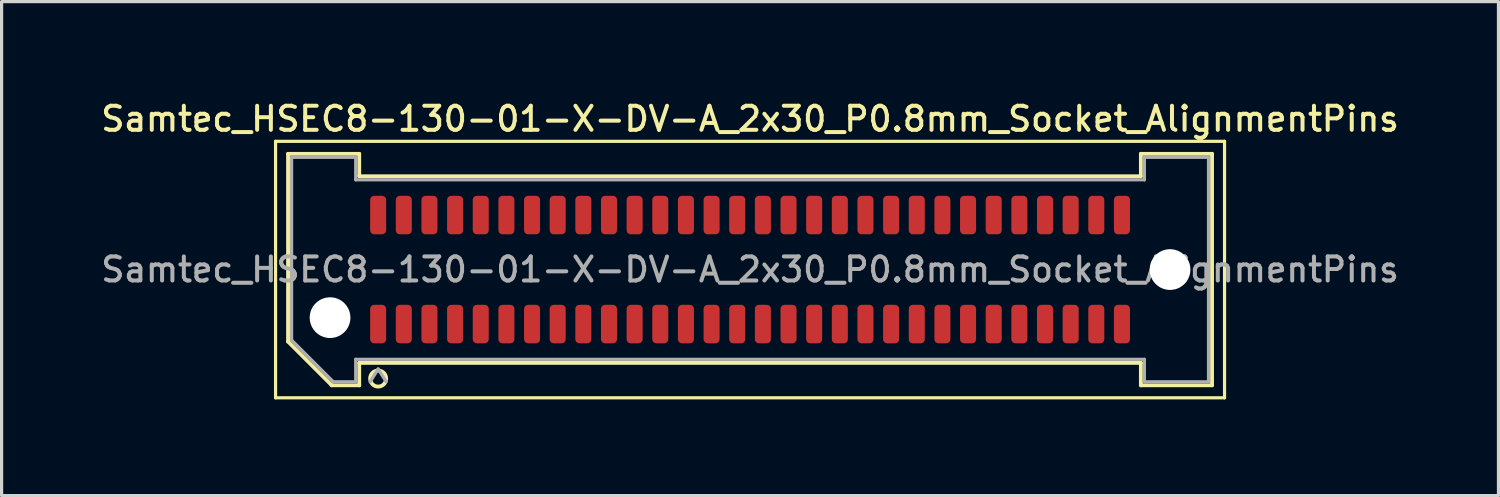
<source format=kicad_pcb>
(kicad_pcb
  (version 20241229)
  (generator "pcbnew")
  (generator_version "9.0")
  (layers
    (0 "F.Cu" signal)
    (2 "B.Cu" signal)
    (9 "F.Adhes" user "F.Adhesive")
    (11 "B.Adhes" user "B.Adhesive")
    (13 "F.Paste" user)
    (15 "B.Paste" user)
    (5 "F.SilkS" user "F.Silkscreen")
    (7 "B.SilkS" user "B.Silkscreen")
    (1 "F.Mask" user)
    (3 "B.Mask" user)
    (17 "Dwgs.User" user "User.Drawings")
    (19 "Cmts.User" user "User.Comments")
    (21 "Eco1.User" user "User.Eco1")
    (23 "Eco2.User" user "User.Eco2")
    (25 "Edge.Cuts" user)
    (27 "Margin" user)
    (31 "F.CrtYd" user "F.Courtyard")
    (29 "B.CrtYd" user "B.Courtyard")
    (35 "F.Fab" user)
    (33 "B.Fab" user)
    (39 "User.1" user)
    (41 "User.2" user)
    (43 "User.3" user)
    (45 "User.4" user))
  (footprint "Samtec_HSEC8-130-01-X-DV-A_2x30_P0.8mm_Socket_AlignmentPins"
    (layer "F.Cu")
    (at 20.345 5.358)
    (property "Reference" "Samtec_HSEC8-130-01-X-DV-A_2x30_P0.8mm_Socket_AlignmentPins" (at 0 -4.7 0) (layer "F.SilkS") (effects (font (size 0.75 0.75) (thickness 0.125))))
    (attr smd)
    (fp_line (start -14.8 -4) (end -14.8 4) (stroke (width 0.1) (type solid)) (layer "F.SilkS"))
    (fp_line (start -14.8 4) (end 14.8 4) (stroke (width 0.1) (type solid)) (layer "F.SilkS"))
    (fp_line (start -14.41 -3.61) (end -12.19 -3.61) (stroke (width 0.12) (type solid)) (layer "F.SilkS"))
    (fp_line (start -14.41 2.246) (end -14.41 -3.61) (stroke (width 0.12) (type solid)) (layer "F.SilkS"))
    (fp_line (start -13.046 3.61) (end -14.41 2.246) (stroke (width 0.12) (type solid)) (layer "F.SilkS"))
    (fp_line (start -12.19 -3.61) (end -12.19 -2.91) (stroke (width 0.12) (type solid)) (layer "F.SilkS"))
    (fp_line (start -12.19 -2.91) (end 12.19 -2.91) (stroke (width 0.12) (type solid)) (layer "F.SilkS"))
    (fp_line (start -12.19 2.91) (end -12.19 3.61) (stroke (width 0.12) (type solid)) (layer "F.SilkS"))
    (fp_line (start -12.19 3.61) (end -13.046 3.61) (stroke (width 0.12) (type solid)) (layer "F.SilkS"))
    (fp_line (start 12.19 -3.61) (end 14.41 -3.61) (stroke (width 0.12) (type solid)) (layer "F.SilkS"))
    (fp_line (start 12.19 -2.91) (end 12.19 -3.61) (stroke (width 0.12) (type solid)) (layer "F.SilkS"))
    (fp_line (start 12.19 2.91) (end -12.19 2.91) (stroke (width 0.12) (type solid)) (layer "F.SilkS"))
    (fp_line (start 12.19 3.61) (end 12.19 2.91) (stroke (width 0.12) (type solid)) (layer "F.SilkS"))
    (fp_line (start 14.41 -3.61) (end 14.41 3.61) (stroke (width 0.12) (type solid)) (layer "F.SilkS"))
    (fp_line (start 14.41 3.61) (end 12.19 3.61) (stroke (width 0.12) (type solid)) (layer "F.SilkS"))
    (fp_line (start 14.8 -4) (end -14.8 -4) (stroke (width 0.1) (type solid)) (layer "F.SilkS"))
    (fp_line (start 14.8 4) (end 14.8 -4) (stroke (width 0.1) (type solid)) (layer "F.SilkS"))
    (fp_arc (start -11.35 3.4) (mid -11.85 3.4) (end -11.35 3.4) (stroke (width 0.12) (type solid)) (layer "F.SilkS"))
    (fp_line (start -14.3 -3.5) (end -12.3 -3.5) (stroke (width 0.1) (type solid)) (layer "F.Fab"))
    (fp_line (start -14.3 2.2) (end -14.3 -3.5) (stroke (width 0.1) (type solid)) (layer "F.Fab"))
    (fp_line (start -13 3.5) (end -14.3 2.2) (stroke (width 0.1) (type solid)) (layer "F.Fab"))
    (fp_line (start -12.3 -3.5) (end -12.3 -2.8) (stroke (width 0.1) (type solid)) (layer "F.Fab"))
    (fp_line (start -12.3 -2.8) (end 12.3 -2.8) (stroke (width 0.1) (type solid)) (layer "F.Fab"))
    (fp_line (start -12.3 2.8) (end -12.3 3.5) (stroke (width 0.1) (type solid)) (layer "F.Fab"))
    (fp_line (start -12.3 3.5) (end -13 3.5) (stroke (width 0.1) (type solid)) (layer "F.Fab"))
    (fp_line (start -11.6 3.1) (end -11.85 3.5) (stroke (width 0.1) (type solid)) (layer "F.Fab"))
    (fp_line (start -11.6 3.1) (end -11.35 3.5) (stroke (width 0.1) (type solid)) (layer "F.Fab"))
    (fp_line (start 12.3 -3.5) (end 14.3 -3.5) (stroke (width 0.1) (type solid)) (layer "F.Fab"))
    (fp_line (start 12.3 -2.8) (end 12.3 -3.5) (stroke (width 0.1) (type solid)) (layer "F.Fab"))
    (fp_line (start 12.3 2.8) (end -12.3 2.8) (stroke (width 0.1) (type solid)) (layer "F.Fab"))
    (fp_line (start 12.3 3.5) (end 12.3 2.8) (stroke (width 0.1) (type solid)) (layer "F.Fab"))
    (fp_line (start 14.3 -3.5) (end 14.3 3.5) (stroke (width 0.1) (type solid)) (layer "F.Fab"))
    (fp_line (start 14.3 3.5) (end 12.3 3.5) (stroke (width 0.1) (type solid)) (layer "F.Fab"))
    (fp_text user "${REFERENCE}" (at 0 0 0) (layer "F.Fab") (effects (font (size 0.75 0.75) (thickness 0.125))))
    (pad "" np_thru_hole circle (at -13.1 1.5) (size 1.27 1.27) (drill 1.27) (layers "*.Cu" "*.Mask"))
    (pad "" np_thru_hole circle (at 13.1 0) (size 1.27 1.27) (drill 1.27) (layers "*.Cu" "*.Mask"))
    (pad "1" smd roundrect (at -11.6 1.7) (size 0.5 1.2) (layers "F.Cu" "F.Mask" "F.Paste") (roundrect_rratio 0.25))
    (pad "2" smd roundrect (at -11.6 -1.7) (size 0.5 1.2) (layers "F.Cu" "F.Mask" "F.Paste") (roundrect_rratio 0.25))
    (pad "3" smd roundrect (at -10.8 1.7) (size 0.5 1.2) (layers "F.Cu" "F.Mask" "F.Paste") (roundrect_rratio 0.25))
    (pad "4" smd roundrect (at -10.8 -1.7) (size 0.5 1.2) (layers "F.Cu" "F.Mask" "F.Paste") (roundrect_rratio 0.25))
    (pad "5" smd roundrect (at -10 1.7) (size 0.5 1.2) (layers "F.Cu" "F.Mask" "F.Paste") (roundrect_rratio 0.25))
    (pad "6" smd roundrect (at -10 -1.7) (size 0.5 1.2) (layers "F.Cu" "F.Mask" "F.Paste") (roundrect_rratio 0.25))
    (pad "7" smd roundrect (at -9.2 1.7) (size 0.5 1.2) (layers "F.Cu" "F.Mask" "F.Paste") (roundrect_rratio 0.25))
    (pad "8" smd roundrect (at -9.2 -1.7) (size 0.5 1.2) (layers "F.Cu" "F.Mask" "F.Paste") (roundrect_rratio 0.25))
    (pad "9" smd roundrect (at -8.4 1.7) (size 0.5 1.2) (layers "F.Cu" "F.Mask" "F.Paste") (roundrect_rratio 0.25))
    (pad "10" smd roundrect (at -8.4 -1.7) (size 0.5 1.2) (layers "F.Cu" "F.Mask" "F.Paste") (roundrect_rratio 0.25))
    (pad "11" smd roundrect (at -7.6 1.7) (size 0.5 1.2) (layers "F.Cu" "F.Mask" "F.Paste") (roundrect_rratio 0.25))
    (pad "12" smd roundrect (at -7.6 -1.7) (size 0.5 1.2) (layers "F.Cu" "F.Mask" "F.Paste") (roundrect_rratio 0.25))
    (pad "13" smd roundrect (at -6.8 1.7) (size 0.5 1.2) (layers "F.Cu" "F.Mask" "F.Paste") (roundrect_rratio 0.25))
    (pad "14" smd roundrect (at -6.8 -1.7) (size 0.5 1.2) (layers "F.Cu" "F.Mask" "F.Paste") (roundrect_rratio 0.25))
    (pad "15" smd roundrect (at -6 1.7) (size 0.5 1.2) (layers "F.Cu" "F.Mask" "F.Paste") (roundrect_rratio 0.25))
    (pad "16" smd roundrect (at -6 -1.7) (size 0.5 1.2) (layers "F.Cu" "F.Mask" "F.Paste") (roundrect_rratio 0.25))
    (pad "17" smd roundrect (at -5.2 1.7) (size 0.5 1.2) (layers "F.Cu" "F.Mask" "F.Paste") (roundrect_rratio 0.25))
    (pad "18" smd roundrect (at -5.2 -1.7) (size 0.5 1.2) (layers "F.Cu" "F.Mask" "F.Paste") (roundrect_rratio 0.25))
    (pad "19" smd roundrect (at -4.4 1.7) (size 0.5 1.2) (layers "F.Cu" "F.Mask" "F.Paste") (roundrect_rratio 0.25))
    (pad "20" smd roundrect (at -4.4 -1.7) (size 0.5 1.2) (layers "F.Cu" "F.Mask" "F.Paste") (roundrect_rratio 0.25))
    (pad "21" smd roundrect (at -3.6 1.7) (size 0.5 1.2) (layers "F.Cu" "F.Mask" "F.Paste") (roundrect_rratio 0.25))
    (pad "22" smd roundrect (at -3.6 -1.7) (size 0.5 1.2) (layers "F.Cu" "F.Mask" "F.Paste") (roundrect_rratio 0.25))
    (pad "23" smd roundrect (at -2.8 1.7) (size 0.5 1.2) (layers "F.Cu" "F.Mask" "F.Paste") (roundrect_rratio 0.25))
    (pad "24" smd roundrect (at -2.8 -1.7) (size 0.5 1.2) (layers "F.Cu" "F.Mask" "F.Paste") (roundrect_rratio 0.25))
    (pad "25" smd roundrect (at -2 1.7) (size 0.5 1.2) (layers "F.Cu" "F.Mask" "F.Paste") (roundrect_rratio 0.25))
    (pad "26" smd roundrect (at -2 -1.7) (size 0.5 1.2) (layers "F.Cu" "F.Mask" "F.Paste") (roundrect_rratio 0.25))
    (pad "27" smd roundrect (at -1.2 1.7) (size 0.5 1.2) (layers "F.Cu" "F.Mask" "F.Paste") (roundrect_rratio 0.25))
    (pad "28" smd roundrect (at -1.2 -1.7) (size 0.5 1.2) (layers "F.Cu" "F.Mask" "F.Paste") (roundrect_rratio 0.25))
    (pad "29" smd roundrect (at -0.4 1.7) (size 0.5 1.2) (layers "F.Cu" "F.Mask" "F.Paste") (roundrect_rratio 0.25))
    (pad "30" smd roundrect (at -0.4 -1.7) (size 0.5 1.2) (layers "F.Cu" "F.Mask" "F.Paste") (roundrect_rratio 0.25))
    (pad "31" smd roundrect (at 0.4 1.7) (size 0.5 1.2) (layers "F.Cu" "F.Mask" "F.Paste") (roundrect_rratio 0.25))
    (pad "32" smd roundrect (at 0.4 -1.7) (size 0.5 1.2) (layers "F.Cu" "F.Mask" "F.Paste") (roundrect_rratio 0.25))
    (pad "33" smd roundrect (at 1.2 1.7) (size 0.5 1.2) (layers "F.Cu" "F.Mask" "F.Paste") (roundrect_rratio 0.25))
    (pad "34" smd roundrect (at 1.2 -1.7) (size 0.5 1.2) (layers "F.Cu" "F.Mask" "F.Paste") (roundrect_rratio 0.25))
    (pad "35" smd roundrect (at 2 1.7) (size 0.5 1.2) (layers "F.Cu" "F.Mask" "F.Paste") (roundrect_rratio 0.25))
    (pad "36" smd roundrect (at 2 -1.7) (size 0.5 1.2) (layers "F.Cu" "F.Mask" "F.Paste") (roundrect_rratio 0.25))
    (pad "37" smd roundrect (at 2.8 1.7) (size 0.5 1.2) (layers "F.Cu" "F.Mask" "F.Paste") (roundrect_rratio 0.25))
    (pad "38" smd roundrect (at 2.8 -1.7) (size 0.5 1.2) (layers "F.Cu" "F.Mask" "F.Paste") (roundrect_rratio 0.25))
    (pad "39" smd roundrect (at 3.6 1.7) (size 0.5 1.2) (layers "F.Cu" "F.Mask" "F.Paste") (roundrect_rratio 0.25))
    (pad "40" smd roundrect (at 3.6 -1.7) (size 0.5 1.2) (layers "F.Cu" "F.Mask" "F.Paste") (roundrect_rratio 0.25))
    (pad "41" smd roundrect (at 4.4 1.7) (size 0.5 1.2) (layers "F.Cu" "F.Mask" "F.Paste") (roundrect_rratio 0.25))
    (pad "42" smd roundrect (at 4.4 -1.7) (size 0.5 1.2) (layers "F.Cu" "F.Mask" "F.Paste") (roundrect_rratio 0.25))
    (pad "43" smd roundrect (at 5.2 1.7) (size 0.5 1.2) (layers "F.Cu" "F.Mask" "F.Paste") (roundrect_rratio 0.25))
    (pad "44" smd roundrect (at 5.2 -1.7) (size 0.5 1.2) (layers "F.Cu" "F.Mask" "F.Paste") (roundrect_rratio 0.25))
    (pad "45" smd roundrect (at 6 1.7) (size 0.5 1.2) (layers "F.Cu" "F.Mask" "F.Paste") (roundrect_rratio 0.25))
    (pad "46" smd roundrect (at 6 -1.7) (size 0.5 1.2) (layers "F.Cu" "F.Mask" "F.Paste") (roundrect_rratio 0.25))
    (pad "47" smd roundrect (at 6.8 1.7) (size 0.5 1.2) (layers "F.Cu" "F.Mask" "F.Paste") (roundrect_rratio 0.25))
    (pad "48" smd roundrect (at 6.8 -1.7) (size 0.5 1.2) (layers "F.Cu" "F.Mask" "F.Paste") (roundrect_rratio 0.25))
    (pad "49" smd roundrect (at 7.6 1.7) (size 0.5 1.2) (layers "F.Cu" "F.Mask" "F.Paste") (roundrect_rratio 0.25))
    (pad "50" smd roundrect (at 7.6 -1.7) (size 0.5 1.2) (layers "F.Cu" "F.Mask" "F.Paste") (roundrect_rratio 0.25))
    (pad "51" smd roundrect (at 8.4 1.7) (size 0.5 1.2) (layers "F.Cu" "F.Mask" "F.Paste") (roundrect_rratio 0.25))
    (pad "52" smd roundrect (at 8.4 -1.7) (size 0.5 1.2) (layers "F.Cu" "F.Mask" "F.Paste") (roundrect_rratio 0.25))
    (pad "53" smd roundrect (at 9.2 1.7) (size 0.5 1.2) (layers "F.Cu" "F.Mask" "F.Paste") (roundrect_rratio 0.25))
    (pad "54" smd roundrect (at 9.2 -1.7) (size 0.5 1.2) (layers "F.Cu" "F.Mask" "F.Paste") (roundrect_rratio 0.25))
    (pad "55" smd roundrect (at 10 1.7) (size 0.5 1.2) (layers "F.Cu" "F.Mask" "F.Paste") (roundrect_rratio 0.25))
    (pad "56" smd roundrect (at 10 -1.7) (size 0.5 1.2) (layers "F.Cu" "F.Mask" "F.Paste") (roundrect_rratio 0.25))
    (pad "57" smd roundrect (at 10.8 1.7) (size 0.5 1.2) (layers "F.Cu" "F.Mask" "F.Paste") (roundrect_rratio 0.25))
    (pad "58" smd roundrect (at 10.8 -1.7) (size 0.5 1.2) (layers "F.Cu" "F.Mask" "F.Paste") (roundrect_rratio 0.25))
    (pad "59" smd roundrect (at 11.6 1.7) (size 0.5 1.2) (layers "F.Cu" "F.Mask" "F.Paste") (roundrect_rratio 0.25))
    (pad "60" smd roundrect (at 11.6 -1.7) (size 0.5 1.2) (layers "F.Cu" "F.Mask" "F.Paste") (roundrect_rratio 0.25)))
  (gr_rect
    (start -3 -3)
    (end 43.689 12.408)
    (stroke (width 0.1) (type default))
    (fill no)
    (layer "Edge.Cuts")))
</source>
